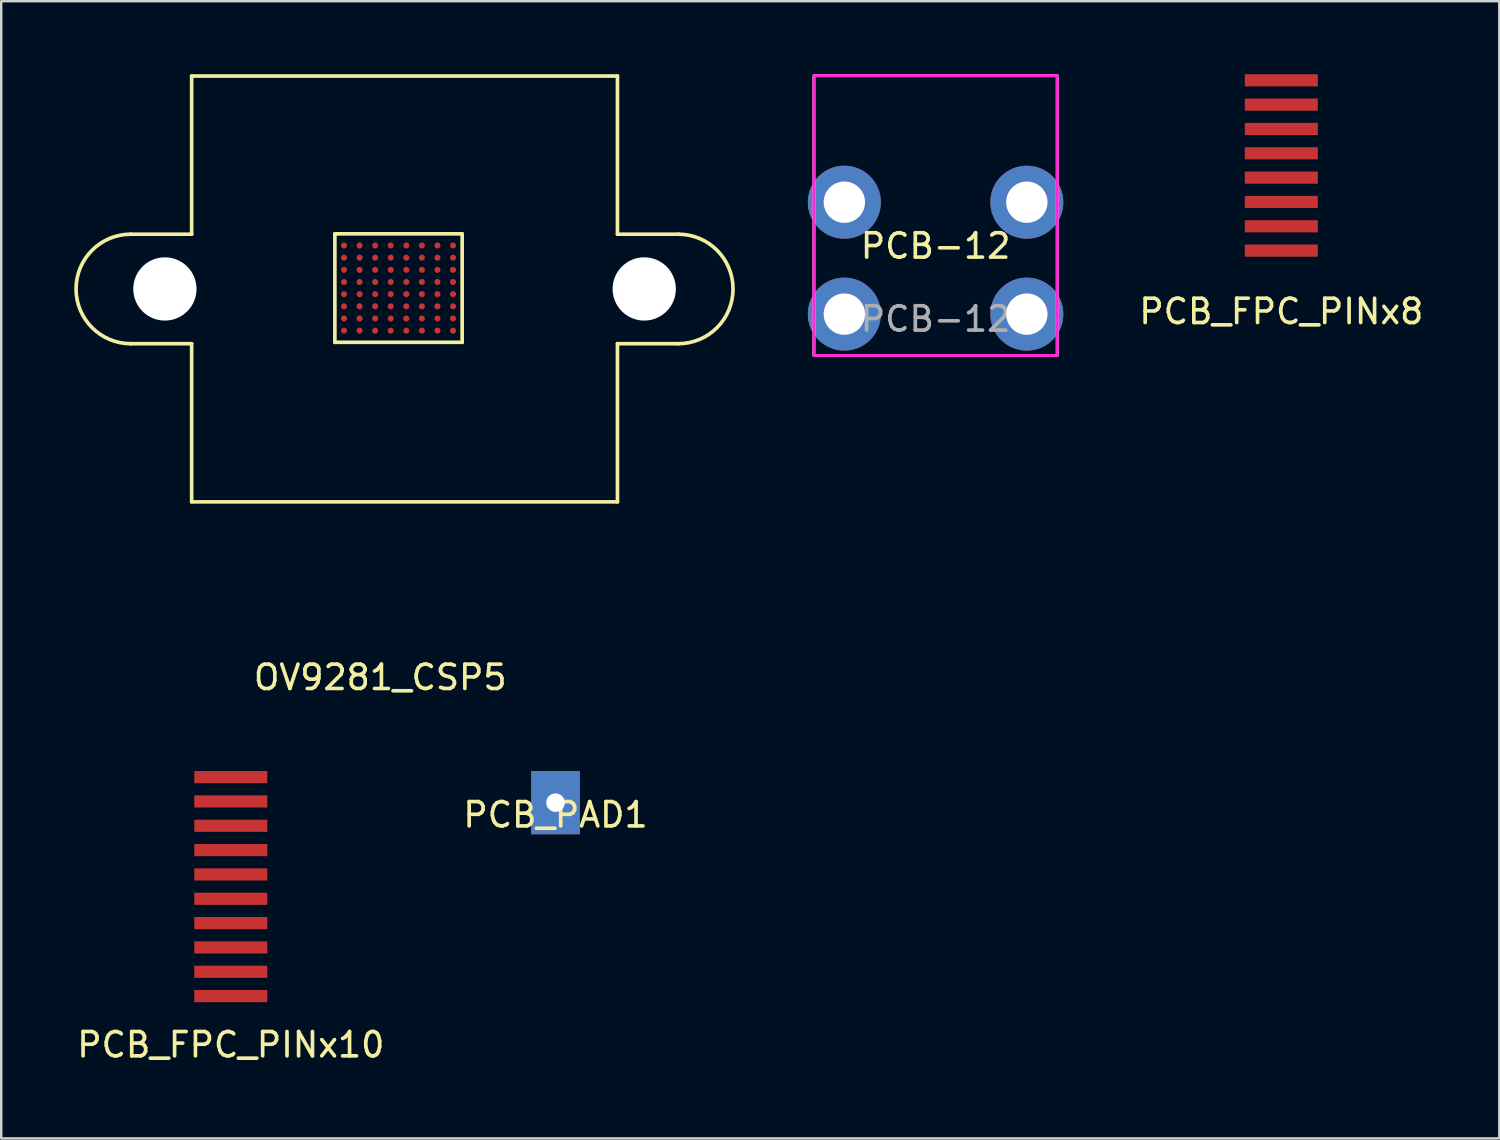
<source format=kicad_pcb>
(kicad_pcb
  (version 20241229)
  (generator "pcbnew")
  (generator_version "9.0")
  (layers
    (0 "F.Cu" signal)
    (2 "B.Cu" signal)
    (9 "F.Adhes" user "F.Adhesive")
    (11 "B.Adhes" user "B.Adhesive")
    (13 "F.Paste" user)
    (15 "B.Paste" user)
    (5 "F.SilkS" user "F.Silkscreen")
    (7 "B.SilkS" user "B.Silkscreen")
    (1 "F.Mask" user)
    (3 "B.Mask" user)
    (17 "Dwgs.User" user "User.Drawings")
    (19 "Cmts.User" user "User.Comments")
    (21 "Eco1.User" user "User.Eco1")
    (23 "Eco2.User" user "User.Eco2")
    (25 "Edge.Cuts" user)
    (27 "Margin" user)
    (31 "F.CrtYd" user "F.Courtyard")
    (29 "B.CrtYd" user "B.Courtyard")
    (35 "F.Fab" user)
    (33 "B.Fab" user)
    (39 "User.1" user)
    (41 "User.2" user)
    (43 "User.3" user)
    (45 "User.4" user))
  (footprint "PCB-12"
    (layer "F.Cu")
    (at 35.4 7.56)
    (property "Reference" "PCB-12" (at 0 -0.5 0) (unlocked yes) (layer "F.SilkS") (effects (font (size 1 1) (thickness 0.15))))
    (fp_rect (start -5 4) (end 5 -7.5) (stroke (width 0.12) (type solid)) (fill no) (layer "F.SilkS"))
    (fp_rect (start -5 4) (end 5 -7.5) (stroke (width 0.12) (type solid)) (fill no) (layer "F.CrtYd"))
    (fp_text user "${REFERENCE}" (at 0 2.5 0) (unlocked yes) (layer "F.Fab") (effects (font (size 1 1) (thickness 0.15))))
    (pad "1" thru_hole circle (at -3.75 -2.3) (size 3 3) (drill 1.7) (layers "*.Cu" "*.Mask"))
    (pad "1" thru_hole circle (at -3.75 2.3) (size 3 3) (drill 1.7) (layers "*.Cu" "*.Mask"))
    (pad "1" thru_hole circle (at 3.75 -2.3) (size 3 3) (drill 1.7) (layers "*.Cu" "*.Mask"))
    (pad "1" thru_hole circle (at 3.75 2.3) (size 3 3) (drill 1.7) (layers "*.Cu" "*.Mask")))
  (footprint "PCB_PAD1"
    (layer "F.Cu")
    (at 19.78 29.937)
    (property "Reference" "PCB_PAD1" (at 0 0.5 0) (layer "F.SilkS") (effects (font (size 1 1) (thickness 0.15))))
    (attr through_hole)
    (pad "1" thru_hole rect (at 0 0) (size 2 2.6) (drill 0.762) (layers "*.Cu" "*.Mask")))
  (footprint "PCB_FPC_PINx8"
    (layer "F.Cu")
    (at 49.608 3.75)
    (property "Reference" "PCB_FPC_PINx8" (at 0 6 0) (layer "F.SilkS") (effects (font (size 1 1) (thickness 0.15))))
    (attr through_hole)
    (pad "1" smd rect (at 0 3.5) (size 3 0.5) (layers "F.Cu" "F.Mask" "F.Paste"))
    (pad "2" smd rect (at 0 2.5) (size 3 0.5) (layers "F.Cu" "F.Mask" "F.Paste"))
    (pad "3" smd rect (at 0 1.5) (size 3 0.5) (layers "F.Cu" "F.Mask" "F.Paste"))
    (pad "4" smd rect (at 0 0.5) (size 3 0.5) (layers "F.Cu" "F.Mask" "F.Paste"))
    (pad "5" smd rect (at 0 -0.5) (size 3 0.5) (layers "F.Cu" "F.Mask" "F.Paste"))
    (pad "6" smd rect (at 0 -1.5) (size 3 0.5) (layers "F.Cu" "F.Mask" "F.Paste"))
    (pad "7" smd rect (at 0 -2.5) (size 3 0.5) (layers "F.Cu" "F.Mask" "F.Paste"))
    (pad "8" smd rect (at 0 -3.5) (size 3 0.5) (layers "F.Cu" "F.Mask" "F.Paste")))
  (footprint "OV9281_CSP5"
    (layer "F.Cu")
    (at 13.328 8.789)
    (property "Reference" "OV9281_CSP5" (at -0.75 16 0) (layer "F.SilkS") (effects (font (size 1 1) (thickness 0.15))))
    (attr through_hole)
    (fp_line (start -8.502 -8.714) (end 8.998 -8.714) (stroke (width 0.15) (type solid)) (layer "F.SilkS"))
    (fp_line (start -8.502 -2.214) (end -11.002 -2.214) (stroke (width 0.15) (type solid)) (layer "F.SilkS"))
    (fp_line (start -8.502 -2.214) (end -8.502 -8.714) (stroke (width 0.15) (type solid)) (layer "F.SilkS"))
    (fp_line (start -8.502 2.286) (end -11.002 2.286) (stroke (width 0.15) (type solid)) (layer "F.SilkS"))
    (fp_line (start -8.502 8.786) (end -8.502 2.286) (stroke (width 0.15) (type solid)) (layer "F.SilkS"))
    (fp_line (start -2.616 -2.229) (end 2.616 -2.229) (stroke (width 0.15) (type solid)) (layer "F.SilkS"))
    (fp_line (start -2.616 2.229) (end -2.616 -2.229) (stroke (width 0.15) (type solid)) (layer "F.SilkS"))
    (fp_line (start 2.616 -2.229) (end 2.616 2.229) (stroke (width 0.15) (type solid)) (layer "F.SilkS"))
    (fp_line (start 2.616 2.229) (end -2.616 2.229) (stroke (width 0.15) (type solid)) (layer "F.SilkS"))
    (fp_line (start 8.998 -8.714) (end 8.998 -2.214) (stroke (width 0.15) (type solid)) (layer "F.SilkS"))
    (fp_line (start 8.998 -2.214) (end 11.498 -2.214) (stroke (width 0.15) (type solid)) (layer "F.SilkS"))
    (fp_line (start 8.998 2.286) (end 8.998 8.786) (stroke (width 0.15) (type solid)) (layer "F.SilkS"))
    (fp_line (start 8.998 2.286) (end 11.498 2.286) (stroke (width 0.15) (type solid)) (layer "F.SilkS"))
    (fp_line (start 8.998 8.786) (end -8.502 8.786) (stroke (width 0.15) (type solid)) (layer "F.SilkS"))
    (fp_arc (start -11.0025 2.286) (mid -13.2525 0.036) (end -11.0025 -2.214) (stroke (width 0.15) (type solid)) (layer "F.SilkS"))
    (fp_arc (start 11.4975 -2.214) (mid 13.7475 0.036) (end 11.4975 2.286) (stroke (width 0.15) (type solid)) (layer "F.SilkS"))
    (pad "" np_thru_hole circle (at -9.602 0.036) (size 2.6 2.6) (drill 2.6) (layers "*.Cu" "*.Mask"))
    (pad "" np_thru_hole circle (at 10.098 0.036) (size 2.6 2.6) (drill 2.6) (layers "*.Cu" "*.Mask"))
    (pad "A1" smd circle (at -2.24 -1.75) (size 0.25 0.25) (layers "F.Cu" "F.Mask" "F.Paste"))
    (pad "A2" smd circle (at -1.6 -1.75) (size 0.25 0.25) (layers "F.Cu" "F.Mask" "F.Paste"))
    (pad "A3" smd circle (at -0.96 -1.75) (size 0.25 0.25) (layers "F.Cu" "F.Mask" "F.Paste"))
    (pad "A4" smd circle (at -0.32 -1.75) (size 0.25 0.25) (layers "F.Cu" "F.Mask" "F.Paste"))
    (pad "A5" smd circle (at 0.32 -1.75) (size 0.25 0.25) (layers "F.Cu" "F.Mask" "F.Paste"))
    (pad "A6" smd circle (at 0.96 -1.75) (size 0.25 0.25) (layers "F.Cu" "F.Mask" "F.Paste"))
    (pad "A7" smd circle (at 1.6 -1.75) (size 0.25 0.25) (layers "F.Cu" "F.Mask" "F.Paste"))
    (pad "A8" smd circle (at 2.24 -1.75) (size 0.25 0.25) (layers "F.Cu" "F.Mask" "F.Paste"))
    (pad "B1" smd circle (at -2.24 -1.25) (size 0.25 0.25) (layers "F.Cu" "F.Mask" "F.Paste"))
    (pad "B2" smd circle (at -1.6 -1.25) (size 0.25 0.25) (layers "F.Cu" "F.Mask" "F.Paste"))
    (pad "B3" smd circle (at -0.96 -1.25) (size 0.25 0.25) (layers "F.Cu" "F.Mask" "F.Paste"))
    (pad "B4" smd circle (at -0.32 -1.25) (size 0.25 0.25) (layers "F.Cu" "F.Mask" "F.Paste"))
    (pad "B5" smd circle (at 0.32 -1.25) (size 0.25 0.25) (layers "F.Cu" "F.Mask" "F.Paste"))
    (pad "B6" smd circle (at 0.96 -1.25) (size 0.25 0.25) (layers "F.Cu" "F.Mask" "F.Paste"))
    (pad "B7" smd circle (at 1.6 -1.25) (size 0.25 0.25) (layers "F.Cu" "F.Mask" "F.Paste"))
    (pad "B8" smd circle (at 2.24 -1.25) (size 0.25 0.25) (layers "F.Cu" "F.Mask" "F.Paste"))
    (pad "C1" smd circle (at -2.24 -0.75) (size 0.25 0.25) (layers "F.Cu" "F.Mask" "F.Paste"))
    (pad "C2" smd circle (at -1.6 -0.75) (size 0.25 0.25) (layers "F.Cu" "F.Mask" "F.Paste"))
    (pad "C3" smd circle (at -0.96 -0.75) (size 0.25 0.25) (layers "F.Cu" "F.Mask" "F.Paste"))
    (pad "C4" smd circle (at -0.32 -0.75) (size 0.25 0.25) (layers "F.Cu" "F.Mask" "F.Paste"))
    (pad "C5" smd circle (at 0.32 -0.75) (size 0.25 0.25) (layers "F.Cu" "F.Mask" "F.Paste"))
    (pad "C6" smd circle (at 0.96 -0.75) (size 0.25 0.25) (layers "F.Cu" "F.Mask" "F.Paste"))
    (pad "C7" smd circle (at 1.6 -0.75) (size 0.25 0.25) (layers "F.Cu" "F.Mask" "F.Paste"))
    (pad "C8" smd circle (at 2.24 -0.75) (size 0.25 0.25) (layers "F.Cu" "F.Mask" "F.Paste"))
    (pad "D1" smd circle (at -2.24 -0.25) (size 0.25 0.25) (layers "F.Cu" "F.Mask" "F.Paste"))
    (pad "D2" smd circle (at -1.6 -0.25) (size 0.25 0.25) (layers "F.Cu" "F.Mask" "F.Paste"))
    (pad "D3" smd circle (at -0.96 -0.25) (size 0.25 0.25) (layers "F.Cu" "F.Mask" "F.Paste"))
    (pad "D4" smd circle (at -0.32 -0.25) (size 0.25 0.25) (layers "F.Cu" "F.Mask" "F.Paste"))
    (pad "D5" smd circle (at 0.32 -0.25) (size 0.25 0.25) (layers "F.Cu" "F.Mask" "F.Paste"))
    (pad "D6" smd circle (at 0.96 -0.25) (size 0.25 0.25) (layers "F.Cu" "F.Mask" "F.Paste"))
    (pad "D7" smd circle (at 1.6 -0.25) (size 0.25 0.25) (layers "F.Cu" "F.Mask" "F.Paste"))
    (pad "D8" smd circle (at 2.24 -0.25) (size 0.25 0.25) (layers "F.Cu" "F.Mask" "F.Paste"))
    (pad "E1" smd circle (at -2.24 0.25) (size 0.25 0.25) (layers "F.Cu" "F.Mask" "F.Paste"))
    (pad "E2" smd circle (at -1.6 0.25) (size 0.25 0.25) (layers "F.Cu" "F.Mask" "F.Paste"))
    (pad "E3" smd circle (at -0.96 0.25) (size 0.25 0.25) (layers "F.Cu" "F.Mask" "F.Paste"))
    (pad "E4" smd circle (at -0.32 0.25) (size 0.25 0.25) (layers "F.Cu" "F.Mask" "F.Paste"))
    (pad "E5" smd circle (at 0.32 0.25) (size 0.25 0.25) (layers "F.Cu" "F.Mask" "F.Paste"))
    (pad "E6" smd circle (at 0.96 0.25) (size 0.25 0.25) (layers "F.Cu" "F.Mask" "F.Paste"))
    (pad "E7" smd circle (at 1.6 0.25) (size 0.25 0.25) (layers "F.Cu" "F.Mask" "F.Paste"))
    (pad "E8" smd circle (at 2.24 0.25) (size 0.25 0.25) (layers "F.Cu" "F.Mask" "F.Paste"))
    (pad "F1" smd circle (at -2.24 0.75) (size 0.25 0.25) (layers "F.Cu" "F.Mask" "F.Paste"))
    (pad "F2" smd circle (at -1.6 0.75) (size 0.25 0.25) (layers "F.Cu" "F.Mask" "F.Paste"))
    (pad "F3" smd circle (at -0.96 0.75) (size 0.25 0.25) (layers "F.Cu" "F.Mask" "F.Paste"))
    (pad "F4" smd circle (at -0.32 0.75) (size 0.25 0.25) (layers "F.Cu" "F.Mask" "F.Paste"))
    (pad "F5" smd circle (at 0.32 0.75) (size 0.25 0.25) (layers "F.Cu" "F.Mask" "F.Paste"))
    (pad "F6" smd circle (at 0.96 0.75) (size 0.25 0.25) (layers "F.Cu" "F.Mask" "F.Paste"))
    (pad "F7" smd circle (at 1.6 0.75) (size 0.25 0.25) (layers "F.Cu" "F.Mask" "F.Paste"))
    (pad "F8" smd circle (at 2.24 0.75) (size 0.25 0.25) (layers "F.Cu" "F.Mask" "F.Paste"))
    (pad "G1" smd circle (at -2.24 1.25) (size 0.25 0.25) (layers "F.Cu" "F.Mask" "F.Paste"))
    (pad "G2" smd circle (at -1.6 1.25) (size 0.25 0.25) (layers "F.Cu" "F.Mask" "F.Paste"))
    (pad "G3" smd circle (at -0.96 1.25) (size 0.25 0.25) (layers "F.Cu" "F.Mask" "F.Paste"))
    (pad "G4" smd circle (at -0.32 1.25) (size 0.25 0.25) (layers "F.Cu" "F.Mask" "F.Paste"))
    (pad "G5" smd circle (at 0.32 1.25) (size 0.25 0.25) (layers "F.Cu" "F.Mask" "F.Paste"))
    (pad "G6" smd circle (at 0.96 1.25) (size 0.25 0.25) (layers "F.Cu" "F.Mask" "F.Paste"))
    (pad "G7" smd circle (at 1.6 1.25) (size 0.25 0.25) (layers "F.Cu" "F.Mask" "F.Paste"))
    (pad "G8" smd circle (at 2.24 1.25) (size 0.25 0.25) (layers "F.Cu" "F.Mask" "F.Paste"))
    (pad "H1" smd circle (at -2.24 1.75) (size 0.25 0.25) (layers "F.Cu" "F.Mask" "F.Paste"))
    (pad "H2" smd circle (at -1.6 1.75) (size 0.25 0.25) (layers "F.Cu" "F.Mask" "F.Paste"))
    (pad "H3" smd circle (at -0.96 1.75) (size 0.25 0.25) (layers "F.Cu" "F.Mask" "F.Paste"))
    (pad "H4" smd circle (at -0.32 1.75) (size 0.25 0.25) (layers "F.Cu" "F.Mask" "F.Paste"))
    (pad "H5" smd circle (at 0.32 1.75) (size 0.25 0.25) (layers "F.Cu" "F.Mask" "F.Paste"))
    (pad "H6" smd circle (at 0.96 1.75) (size 0.25 0.25) (layers "F.Cu" "F.Mask" "F.Paste"))
    (pad "H7" smd circle (at 1.6 1.75) (size 0.25 0.25) (layers "F.Cu" "F.Mask" "F.Paste"))
    (pad "H8" smd circle (at 2.24 1.75) (size 0.25 0.25) (layers "F.Cu" "F.Mask" "F.Paste")))
  (footprint "PCB_FPC_PINx10"
    (layer "F.Cu")
    (at 6.435 37.887)
    (property "Reference" "PCB_FPC_PINx10" (at 0 2 0) (layer "F.SilkS") (effects (font (size 1 1) (thickness 0.15))))
    (attr through_hole)
    (pad "1" smd rect (at 0 0) (size 3 0.5) (layers "F.Cu" "F.Mask" "F.Paste"))
    (pad "2" smd rect (at 0 -1) (size 3 0.5) (layers "F.Cu" "F.Mask" "F.Paste"))
    (pad "3" smd rect (at 0 -2) (size 3 0.5) (layers "F.Cu" "F.Mask" "F.Paste"))
    (pad "4" smd rect (at 0 -3) (size 3 0.5) (layers "F.Cu" "F.Mask" "F.Paste"))
    (pad "5" smd rect (at 0 -4) (size 3 0.5) (layers "F.Cu" "F.Mask" "F.Paste"))
    (pad "6" smd rect (at 0 -5) (size 3 0.5) (layers "F.Cu" "F.Mask" "F.Paste"))
    (pad "7" smd rect (at 0 -6) (size 3 0.5) (layers "F.Cu" "F.Mask" "F.Paste"))
    (pad "8" smd rect (at 0 -7) (size 3 0.5) (layers "F.Cu" "F.Mask" "F.Paste"))
    (pad "9" smd rect (at 0 -8) (size 3 0.5) (layers "F.Cu" "F.Mask" "F.Paste"))
    (pad "10" smd rect (at 0 -9) (size 3 0.5) (layers "F.Cu" "F.Mask" "F.Paste")))
  (gr_rect
    (start -3 -3)
    (end 58.567 43.736)
    (stroke (width 0.1) (type default))
    (fill no)
    (layer "Edge.Cuts")))
</source>
